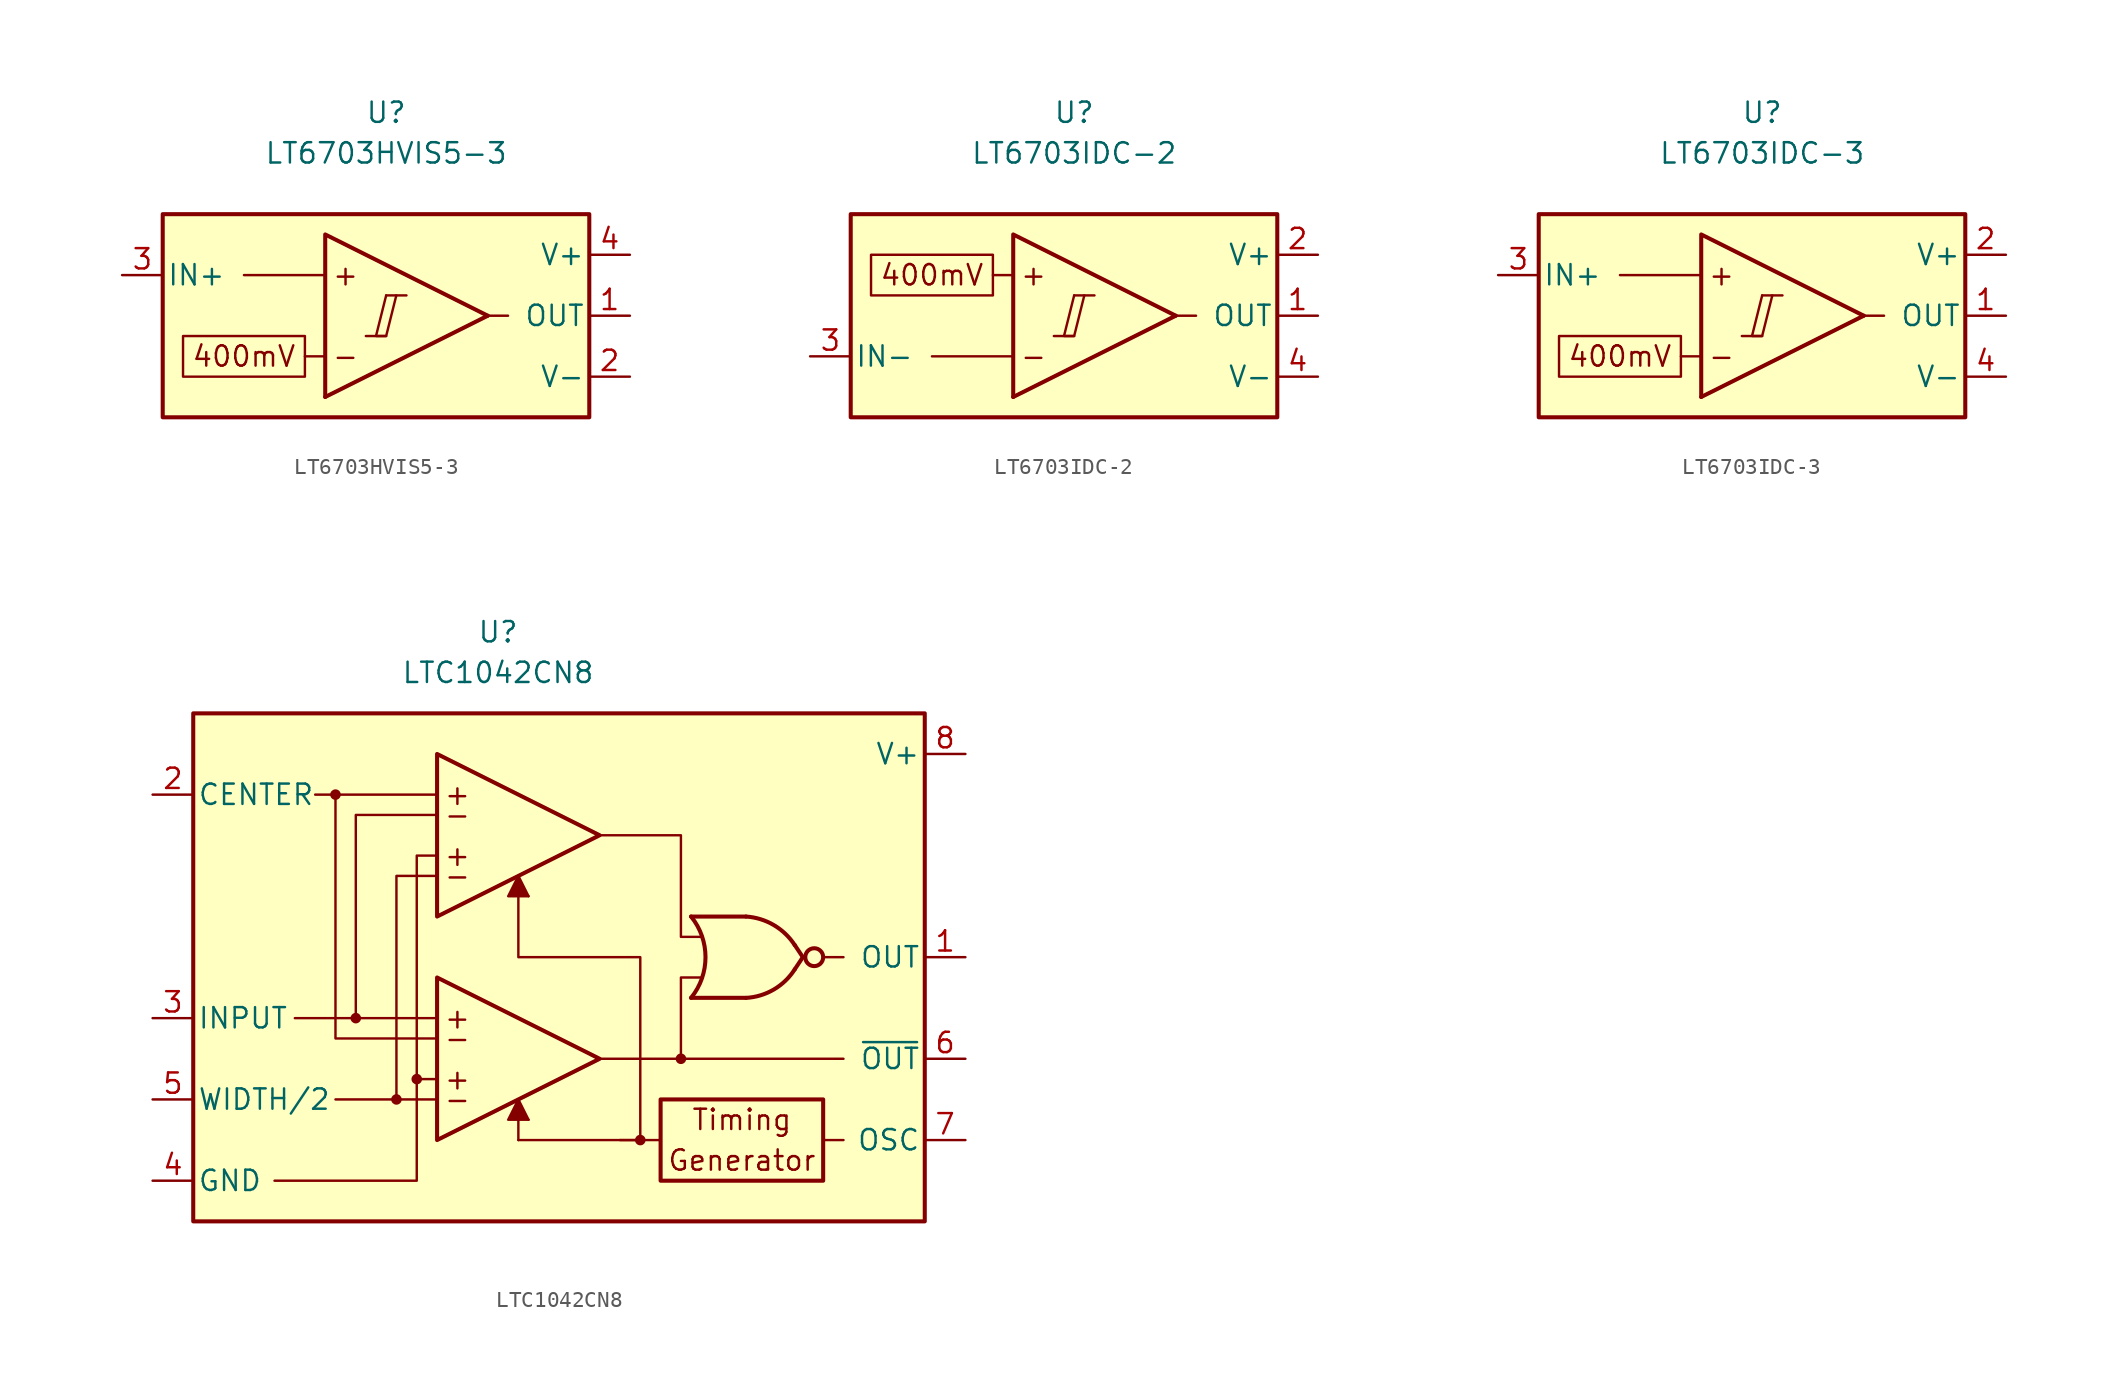
<source format=kicad_sym>
(kicad_symbol_lib
  (version 20231120)
  (generator "kicad_symbol_editor")
  (generator_version "8.0")
  (symbol "LT6703HVIS5-3"
    (pin_names
      (offset 0.254))
    (property "Reference" "U"
      (at 0 12.7 0)
      (effects (font (size 1.27 1.27))))
    (property "Value" "LT6703HVIS5-3"
      (at 0 10.16 0)
      (effects (font (size 1.27 1.27))))
    (symbol "LT6703HVIS5-3_0_0"
      (polyline (pts (xy -1.27 -1.27) (xy 0 -1.27)) (stroke (width 0.152) (type default)) (fill (type none)))
      (polyline (pts (xy 0 1.27) (xy 1.27 1.27)) (stroke (width 0.152) (type default)) (fill (type none)))
      (polyline (pts (xy 6.35 0) (xy -3.81 -5.08)) (stroke (width 0.254) (type default)) (fill (type none)))
      (polyline (pts (xy 6.35 0) (xy -3.81 5.08) (xy -3.81 -5.08)) (stroke (width 0.254) (type default)) (fill (type background)))
      (polyline (pts (xy 0 1.27) (xy -0.635 -1.27) (xy 0 -1.27) (xy 0.635 1.27)) (stroke (width 0.152) (type default)) (fill (type none)))
      (text "+" (at -2.54 2.54 0) (effects (font (size 1.27 1.27))))
      (text "-" (at -2.54 -2.54 0) (effects (font (size 1.27 1.27)))))
    (symbol "LT6703HVIS5-3_0_1"
      (polyline (pts (xy -3.81 -2.54) (xy -5.08 -2.54)) (stroke (width 0) (type default)) (fill (type none)))
      (polyline (pts (xy -3.81 2.54) (xy -8.89 2.54)) (stroke (width 0) (type default)) (fill (type none)))
      (polyline (pts (xy 6.35 0) (xy 7.62 0)) (stroke (width 0) (type default)) (fill (type none))))
    (symbol "LT6703HVIS5-3_1_0"
      (rectangle (start -13.97 6.35) (end 12.7 -6.35) (stroke (width 0.254) (type default)) (fill (type background)))
      (rectangle (start -12.7 -1.27) (end -5.08 -3.81) (stroke (width 0.152) (type default)) (fill (type none)))
      (text "400mV" (at -8.89 -2.54 0) (effects (font (size 1.27 1.27)))))
    (symbol "LT6703HVIS5-3_1_1"
      (pin output line (at 15.24 0 180) (length 2.54) (name "OUT" (effects (font (size 1.27 1.27)))) (number "1" (effects (font (size 1.27 1.27)))))
      (pin power_in line (at 15.24 -3.81 180) (length 2.54) (name "V-" (effects (font (size 1.27 1.27)))) (number "2" (effects (font (size 1.27 1.27)))))
      (pin input line (at -16.51 2.54 0) (length 2.54) (name "IN+" (effects (font (size 1.27 1.27)))) (number "3" (effects (font (size 1.27 1.27)))))
      (pin power_in line (at 15.24 3.81 180) (length 2.54) (name "V+" (effects (font (size 1.27 1.27)))) (number "4" (effects (font (size 1.27 1.27)))))
      (pin no_connect line (at -1.27 0 0) (length 2.54) hide (name "NC" (effects (font (size 1.27 1.27)))) (number "5" (effects (font (size 1.27 1.27)))))))
  (symbol "LT6703IDC-2"
    (pin_names
      (offset 0.254))
    (property "Reference" "U"
      (at 0 12.7 0)
      (effects (font (size 1.27 1.27))))
    (property "Value" "LT6703IDC-2"
      (at 0 10.16 0)
      (effects (font (size 1.27 1.27))))
    (symbol "LT6703IDC-2_0_0"
      (polyline (pts (xy -1.27 -1.27) (xy 0 -1.27)) (stroke (width 0.152) (type default)) (fill (type none)))
      (polyline (pts (xy 0 1.27) (xy 1.27 1.27)) (stroke (width 0.152) (type default)) (fill (type none)))
      (polyline (pts (xy 6.35 0) (xy -3.81 -5.08)) (stroke (width 0.254) (type default)) (fill (type none)))
      (polyline (pts (xy 6.35 0) (xy -3.81 5.08) (xy -3.81 -5.08)) (stroke (width 0.254) (type default)) (fill (type background)))
      (polyline (pts (xy 0 1.27) (xy -0.635 -1.27) (xy 0 -1.27) (xy 0.635 1.27)) (stroke (width 0.152) (type default)) (fill (type none)))
      (text "+" (at -2.54 2.54 0) (effects (font (size 1.27 1.27))))
      (text "-" (at -2.54 -2.54 0) (effects (font (size 1.27 1.27)))))
    (symbol "LT6703IDC-2_0_1"
      (polyline (pts (xy -3.81 -2.54) (xy -8.89 -2.54)) (stroke (width 0) (type default)) (fill (type none)))
      (polyline (pts (xy -3.81 2.54) (xy -5.08 2.54)) (stroke (width 0) (type default)) (fill (type none)))
      (polyline (pts (xy 6.35 0) (xy 7.62 0)) (stroke (width 0) (type default)) (fill (type none))))
    (symbol "LT6703IDC-2_1_0"
      (rectangle (start -13.97 6.35) (end 12.7 -6.35) (stroke (width 0.254) (type default)) (fill (type background)))
      (rectangle (start -12.7 3.81) (end -5.08 1.27) (stroke (width 0.152) (type default)) (fill (type none)))
      (text "400mV" (at -8.89 2.54 0) (effects (font (size 1.27 1.27)))))
    (symbol "LT6703IDC-2_1_1"
      (pin output line (at 15.24 0 180) (length 2.54) (name "OUT" (effects (font (size 1.27 1.27)))) (number "1" (effects (font (size 1.27 1.27)))))
      (pin power_in line (at 15.24 3.81 180) (length 2.54) (name "V+" (effects (font (size 1.27 1.27)))) (number "2" (effects (font (size 1.27 1.27)))))
      (pin input line (at -16.51 -2.54 0) (length 2.54) (name "IN-" (effects (font (size 1.27 1.27)))) (number "3" (effects (font (size 1.27 1.27)))))
      (pin power_in line (at 15.24 -3.81 180) (length 2.54) (name "V-" (effects (font (size 1.27 1.27)))) (number "4" (effects (font (size 1.27 1.27)))))))
  (symbol "LT6703IDC-3"
    (pin_names
      (offset 0.254))
    (property "Reference" "U"
      (at 0 12.7 0)
      (effects (font (size 1.27 1.27))))
    (property "Value" "LT6703IDC-3"
      (at 0 10.16 0)
      (effects (font (size 1.27 1.27))))
    (symbol "LT6703IDC-3_0_0"
      (polyline (pts (xy -1.27 -1.27) (xy 0 -1.27)) (stroke (width 0.152) (type default)) (fill (type none)))
      (polyline (pts (xy 0 1.27) (xy 1.27 1.27)) (stroke (width 0.152) (type default)) (fill (type none)))
      (polyline (pts (xy 6.35 0) (xy -3.81 -5.08)) (stroke (width 0.254) (type default)) (fill (type none)))
      (polyline (pts (xy 6.35 0) (xy -3.81 5.08) (xy -3.81 -5.08)) (stroke (width 0.254) (type default)) (fill (type background)))
      (polyline (pts (xy 0 1.27) (xy -0.635 -1.27) (xy 0 -1.27) (xy 0.635 1.27)) (stroke (width 0.152) (type default)) (fill (type none)))
      (text "+" (at -2.54 2.54 0) (effects (font (size 1.27 1.27))))
      (text "-" (at -2.54 -2.54 0) (effects (font (size 1.27 1.27)))))
    (symbol "LT6703IDC-3_0_1"
      (polyline (pts (xy -3.81 -2.54) (xy -5.08 -2.54)) (stroke (width 0) (type default)) (fill (type none)))
      (polyline (pts (xy -3.81 2.54) (xy -8.89 2.54)) (stroke (width 0) (type default)) (fill (type none)))
      (polyline (pts (xy 6.35 0) (xy 7.62 0)) (stroke (width 0) (type default)) (fill (type none))))
    (symbol "LT6703IDC-3_1_0"
      (rectangle (start -13.97 6.35) (end 12.7 -6.35) (stroke (width 0.254) (type default)) (fill (type background)))
      (rectangle (start -12.7 -1.27) (end -5.08 -3.81) (stroke (width 0.152) (type default)) (fill (type none)))
      (text "400mV" (at -8.89 -2.54 0) (effects (font (size 1.27 1.27)))))
    (symbol "LT6703IDC-3_1_1"
      (pin output line (at 15.24 0 180) (length 2.54) (name "OUT" (effects (font (size 1.27 1.27)))) (number "1" (effects (font (size 1.27 1.27)))))
      (pin power_in line (at 15.24 3.81 180) (length 2.54) (name "V+" (effects (font (size 1.27 1.27)))) (number "2" (effects (font (size 1.27 1.27)))))
      (pin input line (at -16.51 2.54 0) (length 2.54) (name "IN+" (effects (font (size 1.27 1.27)))) (number "3" (effects (font (size 1.27 1.27)))))
      (pin power_in line (at 15.24 -3.81 180) (length 2.54) (name "V-" (effects (font (size 1.27 1.27)))) (number "4" (effects (font (size 1.27 1.27)))))))
  (symbol "LTC1042CN8"
    (pin_names
      (offset 0.254))
    (property "Reference" "U"
      (at 0 20.32 0)
      (effects (font (size 1.27 1.27))))
    (property "Value" "LTC1042CN8"
      (at 0 17.78 0)
      (effects (font (size 1.27 1.27))))
    (symbol "LTC1042CN8_0_0"
      (rectangle (start -19.05 15.24) (end 26.67 -16.51) (stroke (width 0.254) (type default)) (fill (type background)))
      (circle (center -10.16 10.16) (radius 0.254) (stroke (width 0.152) (type default)) (fill (type outline)))
      (circle (center -8.89 -3.81) (radius 0.254) (stroke (width 0.152) (type default)) (fill (type outline)))
      (circle (center -6.35 -8.89) (radius 0.254) (stroke (width 0.152) (type default)) (fill (type outline)))
      (circle (center -5.08 -7.62) (radius 0.254) (stroke (width 0.152) (type default)) (fill (type outline)))
      (polyline (pts (xy -10.16 10.16) (xy -11.43 10.16)) (stroke (width 0.152) (type default)) (fill (type none)))
      (polyline (pts (xy -8.89 -3.81) (xy -12.7 -3.81)) (stroke (width 0.152) (type default)) (fill (type none)))
      (polyline (pts (xy -6.35 -8.89) (xy -10.16 -8.89)) (stroke (width 0.152) (type default)) (fill (type none)))
      (polyline (pts (xy 1.27 -11.43) (xy 1.27 -10.16)) (stroke (width 0.152) (type default)) (fill (type none)))
      (polyline (pts (xy 1.905 -10.16) (xy 1.27 -8.89)) (stroke (width 0.152) (type default)) (fill (type none)))
      (polyline (pts (xy 1.905 3.81) (xy 1.27 5.08)) (stroke (width 0.152) (type default)) (fill (type none)))
      (polyline (pts (xy 10.16 -11.43) (xy 7.62 -11.43)) (stroke (width 0.152) (type default)) (fill (type none)))
      (polyline (pts (xy 11.43 -6.35) (xy 21.59 -6.35)) (stroke (width 0.152) (type default)) (fill (type none)))
      (polyline (pts (xy 12.065 -2.54) (xy 15.494 -2.54)) (stroke (width 0.254) (type default)) (fill (type none)))
      (polyline (pts (xy 12.065 2.54) (xy 15.494 2.54)) (stroke (width 0.254) (type default)) (fill (type none)))
      (polyline (pts (xy 19.05 0) (xy 18.542 -0.762)) (stroke (width 0.254) (type default)) (fill (type none)))
      (polyline (pts (xy 19.05 0) (xy 18.542 0.762)) (stroke (width 0.254) (type default)) (fill (type none)))
      (polyline (pts (xy 20.32 -11.43) (xy 21.59 -11.43)) (stroke (width 0.152) (type default)) (fill (type none)))
      (polyline (pts (xy 20.32 0) (xy 21.59 0)) (stroke (width 0.152) (type default)) (fill (type none)))
      (polyline (pts (xy -5.08 -7.62) (xy -5.08 -13.97) (xy -13.97 -13.97)) (stroke (width 0.152) (type default)) (fill (type none)))
      (polyline (pts (xy 1.27 -8.89) (xy 0.635 -10.16) (xy 1.905 -10.16)) (stroke (width 0.152) (type default)) (fill (type outline)))
      (polyline (pts (xy 1.27 5.08) (xy 0.635 3.81) (xy 1.905 3.81)) (stroke (width 0.152) (type default)) (fill (type outline)))
      (polyline (pts (xy -3.81 -3.81) (xy -8.89 -3.81) (xy -8.89 8.89) (xy -3.81 8.89)) (stroke (width 0.152) (type default)) (fill (type none)))
      (polyline (pts (xy -3.81 5.08) (xy -6.35 5.08) (xy -6.35 -8.89) (xy -3.81 -8.89)) (stroke (width 0.152) (type default)) (fill (type none)))
      (polyline (pts (xy -3.81 6.35) (xy -5.08 6.35) (xy -5.08 -7.62) (xy -3.81 -7.62)) (stroke (width 0.152) (type default)) (fill (type none)))
      (polyline (pts (xy -3.81 10.16) (xy -10.16 10.16) (xy -10.16 -5.08) (xy -3.81 -5.08)) (stroke (width 0.152) (type default)) (fill (type none)))
      (polyline (pts (xy 6.35 -6.35) (xy 11.43 -6.35) (xy 11.43 -1.27) (xy 12.7 -1.27)) (stroke (width 0.152) (type default)) (fill (type none)))
      (polyline (pts (xy 6.35 7.62) (xy 11.43 7.62) (xy 11.43 1.27) (xy 12.7 1.27)) (stroke (width 0.152) (type default)) (fill (type none)))
      (polyline (pts (xy 1.27 -11.43) (xy 8.89 -11.43) (xy 8.89 0) (xy 1.27 0) (xy 1.27 5.08)) (stroke (width 0.152) (type default)) (fill (type none)))
      (circle (center 8.89 -11.43) (radius 0.254) (stroke (width 0.152) (type default)) (fill (type outline)))
      (rectangle (start 10.16 -8.89) (end 20.32 -13.97) (stroke (width 0.254) (type default)) (fill (type none)))
      (circle (center 11.43 -6.35) (radius 0.254) (stroke (width 0.152) (type default)) (fill (type outline)))
      (arc (start 12.065 -2.54) (mid 12.9662 0) (end 12.065 2.54) (stroke (width 0.254) (type default)) (fill (type none)))
      (arc (start 15.494 -2.54) (mid 17.233 -2.0196) (end 18.542 -0.762) (stroke (width 0.254) (type default)) (fill (type none)))
      (arc (start 18.542 0.762) (mid 17.2285 2.0119) (end 15.494 2.54) (stroke (width 0.254) (type default)) (fill (type none)))
      (circle (center 19.761 0) (radius 0.559) (stroke (width 0.254) (type default)) (fill (type none)))
      (text "+" (at -2.54 -7.62 0) (effects (font (size 1.27 1.27))))
      (text "+" (at -2.54 -3.81 0) (effects (font (size 1.27 1.27))))
      (text "+" (at -2.54 6.35 0) (effects (font (size 1.27 1.27))))
      (text "+" (at -2.54 10.16 0) (effects (font (size 1.27 1.27))))
      (text "-" (at -2.54 -8.89 0) (effects (font (size 1.27 1.27))))
      (text "-" (at -2.54 -5.08 0) (effects (font (size 1.27 1.27))))
      (text "-" (at -2.54 5.08 0) (effects (font (size 1.27 1.27))))
      (text "-" (at -2.54 8.89 0) (effects (font (size 1.27 1.27))))
      (text "Generator" (at 15.24 -12.7 0) (effects (font (size 1.27 1.27))))
      (text "Timing" (at 15.24 -10.16 0) (effects (font (size 1.27 1.27)))))
    (symbol "LTC1042CN8_0_1"
      (polyline (pts (xy -3.81 -1.27) (xy -3.81 -11.43) (xy 6.35 -6.35) (xy -3.81 -1.27)) (stroke (width 0.254) (type default)) (fill (type background)))
      (polyline (pts (xy -3.81 12.7) (xy -3.81 2.54) (xy 6.35 7.62) (xy -3.81 12.7)) (stroke (width 0.254) (type default)) (fill (type background))))
    (symbol "LTC1042CN8_1_1"
      (pin output line (at 29.21 0 180) (length 2.54) (name "OUT" (effects (font (size 1.27 1.27)))) (number "1" (effects (font (size 1.27 1.27)))))
      (pin input line (at -21.59 10.16 0) (length 2.54) (name "CENTER" (effects (font (size 1.27 1.27)))) (number "2" (effects (font (size 1.27 1.27)))))
      (pin input line (at -21.59 -3.81 0) (length 2.54) (name "INPUT" (effects (font (size 1.27 1.27)))) (number "3" (effects (font (size 1.27 1.27)))))
      (pin power_in line (at -21.59 -13.97 0) (length 2.54) (name "GND" (effects (font (size 1.27 1.27)))) (number "4" (effects (font (size 1.27 1.27)))))
      (pin input line (at -21.59 -8.89 0) (length 2.54) (name "WIDTH/2" (effects (font (size 1.27 1.27)))) (number "5" (effects (font (size 1.27 1.27)))))
      (pin output line (at 29.21 -6.35 180) (length 2.54) (name "~{OUT}" (effects (font (size 1.27 1.27)))) (number "6" (effects (font (size 1.27 1.27)))))
      (pin passive line (at 29.21 -11.43 180) (length 2.54) (name "OSC" (effects (font (size 1.27 1.27)))) (number "7" (effects (font (size 1.27 1.27)))))
      (pin power_in line (at 29.21 12.7 180) (length 2.54) (name "V+" (effects (font (size 1.27 1.27)))) (number "8" (effects (font (size 1.27 1.27))))))))
</source>
